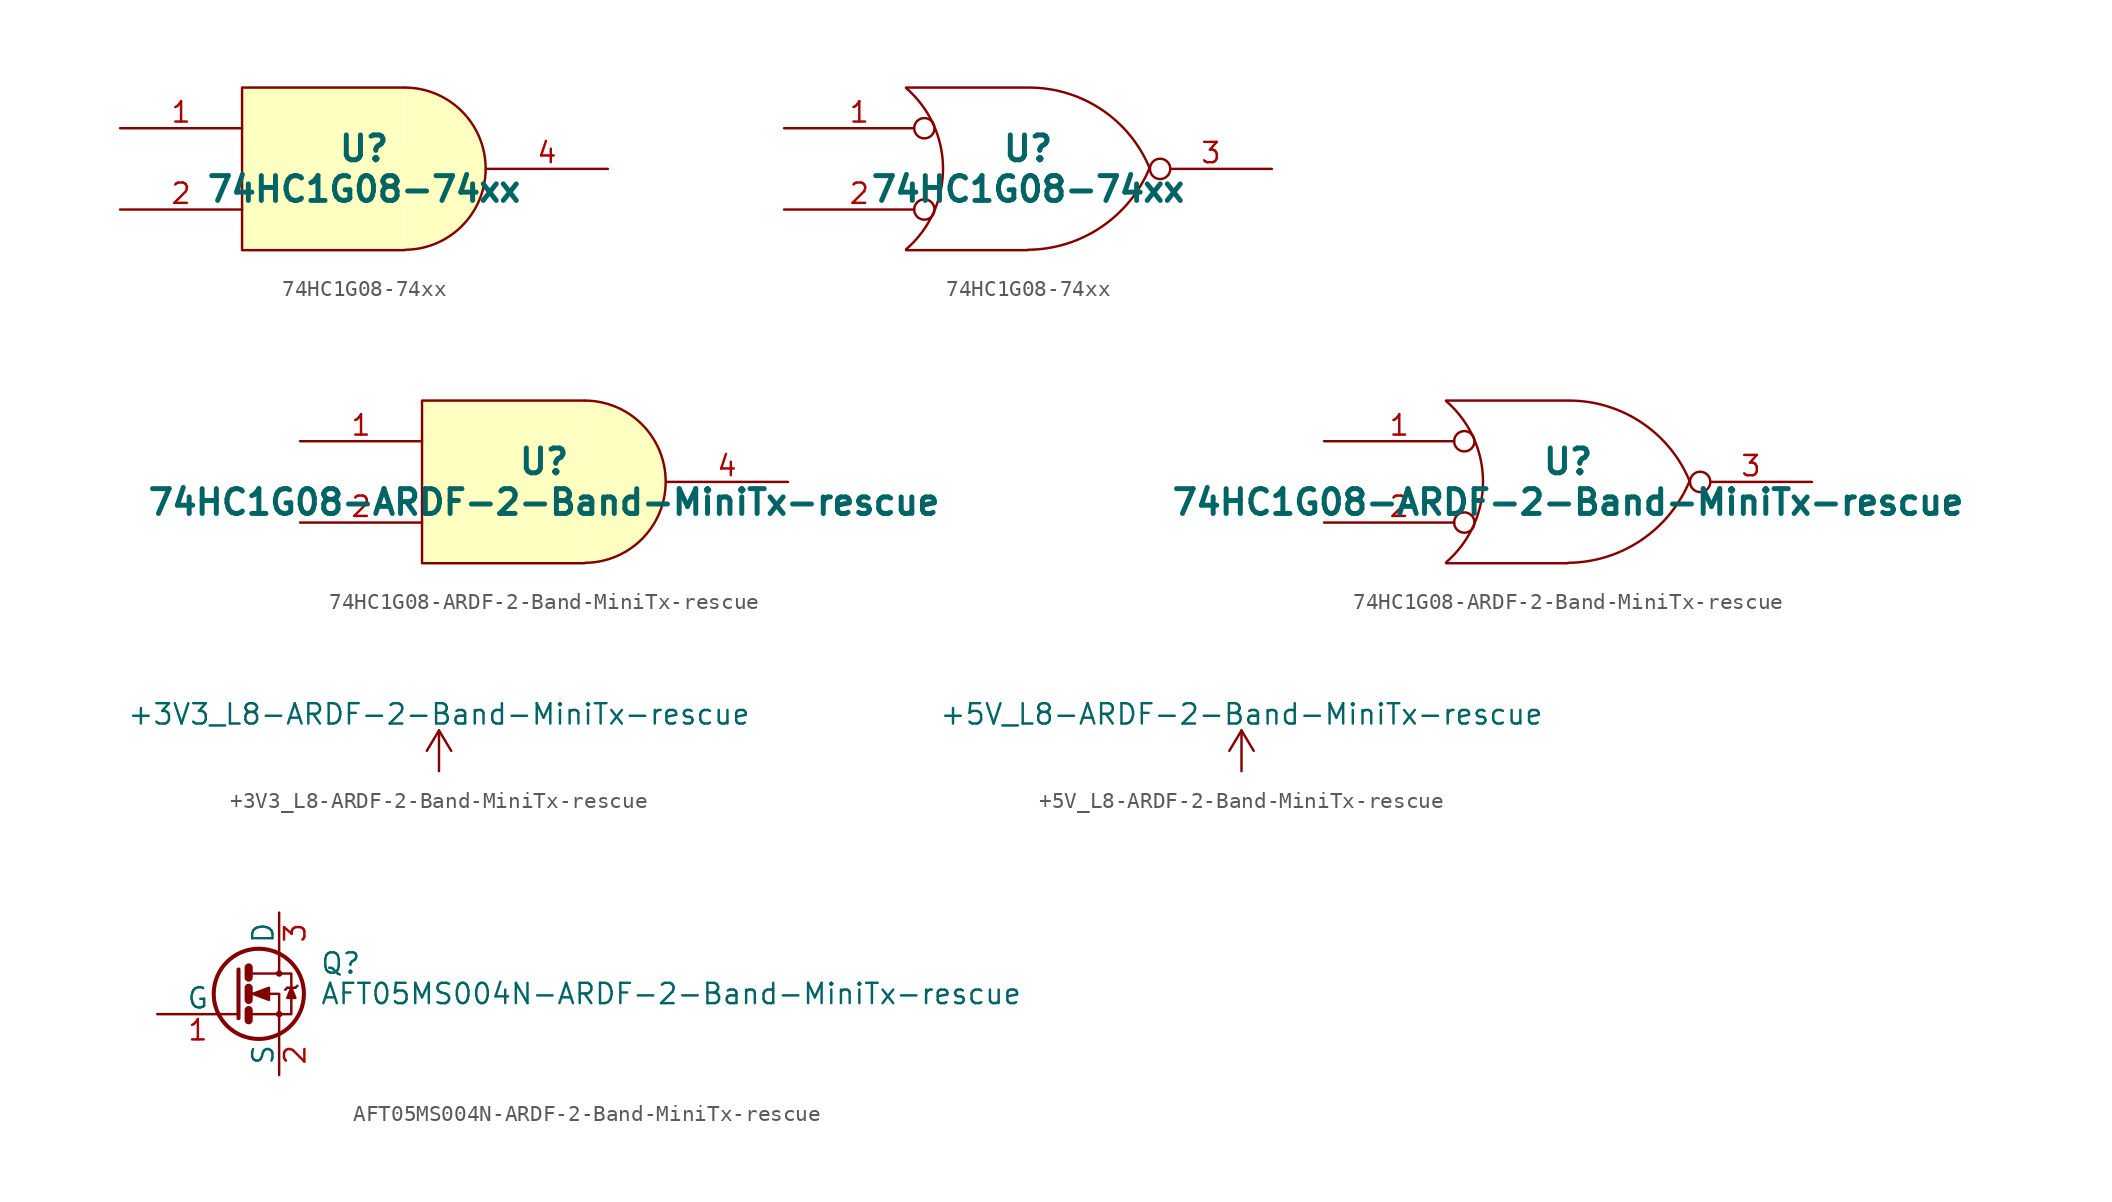
<source format=kicad_sym>
(kicad_symbol_lib
  (version 20211014)
  (generator kicad_symbol_editor)
  (symbol "74HC1G08-74xx"
    (pin_names
      (offset 0.762))
    (property "Reference" "U"
      (at 0 1.27 0)
      (effects (font (size 1.549 1.549) bold)))
    (property "Value" "74HC1G08-74xx"
      (at 0 -1.27 0)
      (effects (font (size 1.549 1.549) bold)))
    (symbol "74HC1G08-74xx_0_0"
      (pin power_in line (at -5.08 -5.08 90) (length 0) hide (name "GND" (effects (font (size 1.016 1.016)))) (number "3" (effects (font (size 1.016 1.016)))))
      (pin power_in line (at -5.08 5.08 90) (length 0) hide (name "VCC" (effects (font (size 1.016 1.016)))) (number "5" (effects (font (size 1.016 1.016))))))
    (symbol "74HC1G08-74xx_0_1"
      (polyline (pts (xy 2.54 5.08) (xy -7.62 5.08) (xy -7.62 -5.08) (xy 2.54 -5.08)) (stroke (width 0) (type default) (color 0 0 0 0)) (fill (type background)))
      (arc (start 2.5654 -5.0546) (mid 7.5947 0.0001) (end 2.5654 5.08) (stroke (width 0) (type default) (color 0 0 0 0)) (fill (type background))))
    (symbol "74HC1G08-74xx_0_2"
      (arc (start -7.62 -5.0292) (mid -5.3094 0.0082) (end -7.62 5.0546) (stroke (width 0) (type default) (color 0 0 0 0)) (fill (type none)))
      (arc (start 0 -5.0546) (mid 4.5632 -3.6449) (end 7.5946 0.0508) (stroke (width 0) (type default) (color 0 0 0 0)) (fill (type none)))
      (polyline (pts (xy -7.62 -5.08) (xy 0 -5.08)) (stroke (width 0) (type default) (color 0 0 0 0)) (fill (type none)))
      (polyline (pts (xy -7.62 5.08) (xy 0 5.08)) (stroke (width 0) (type default) (color 0 0 0 0)) (fill (type none)))
      (arc (start 7.62 0) (mid 4.6132 3.6946) (end 0.0508 5.08) (stroke (width 0) (type default) (color 0 0 0 0)) (fill (type none))))
    (symbol "74HC1G08-74xx_1_1"
      (pin input line (at -15.24 2.54 0) (length 7.62) (name "~" (effects (font (size 1.27 1.27)))) (number "1" (effects (font (size 1.27 1.27)))))
      (pin input line (at -15.24 -2.54 0) (length 7.62) (name "~" (effects (font (size 1.27 1.27)))) (number "2" (effects (font (size 1.27 1.27)))))
      (pin output line (at 15.24 0 180) (length 7.62) (name "~" (effects (font (size 1.27 1.27)))) (number "4" (effects (font (size 1.27 1.27))))))
    (symbol "74HC1G08-74xx_1_2"
      (pin input inverted (at -15.24 2.54 0) (length 9.398) (name "~" (effects (font (size 1.27 1.27)))) (number "1" (effects (font (size 1.27 1.27)))))
      (pin input inverted (at -15.24 -2.54 0) (length 9.398) (name "~" (effects (font (size 1.27 1.27)))) (number "2" (effects (font (size 1.27 1.27)))))
      (pin output inverted (at 15.24 0 180) (length 7.62) (name "~" (effects (font (size 1.27 1.27)))) (number "3" (effects (font (size 1.27 1.27)))))))
  (symbol "74HC1G08-ARDF-2-Band-MiniTx-rescue"
    (pin_names
      (offset 0.762))
    (property "Reference" "U"
      (at 0 1.27 0)
      (effects (font (size 1.549 1.549) bold)))
    (property "Value" "74HC1G08-ARDF-2-Band-MiniTx-rescue"
      (at 0 -1.27 0)
      (effects (font (size 1.549 1.549) bold)))
    (symbol "74HC1G08-ARDF-2-Band-MiniTx-rescue_0_0"
      (pin power_in line (at -5.08 -5.08 90) (length 0) hide (name "GND" (effects (font (size 1.016 1.016)))) (number "3" (effects (font (size 1.016 1.016)))))
      (pin power_in line (at -5.08 5.08 90) (length 0) hide (name "VCC" (effects (font (size 1.016 1.016)))) (number "5" (effects (font (size 1.016 1.016))))))
    (symbol "74HC1G08-ARDF-2-Band-MiniTx-rescue_0_1"
      (polyline (pts (xy 2.54 5.08) (xy -7.62 5.08) (xy -7.62 -5.08) (xy 2.54 -5.08)) (stroke (width 0) (type default) (color 0 0 0 0)) (fill (type background)))
      (arc (start 2.5654 -5.0546) (mid 7.5947 0.0001) (end 2.5654 5.08) (stroke (width 0) (type default) (color 0 0 0 0)) (fill (type background))))
    (symbol "74HC1G08-ARDF-2-Band-MiniTx-rescue_0_2"
      (arc (start -7.62 -5.0292) (mid -5.3094 0.0082) (end -7.62 5.0546) (stroke (width 0) (type default) (color 0 0 0 0)) (fill (type none)))
      (arc (start 0 -5.0546) (mid 4.5632 -3.6449) (end 7.5946 0.0508) (stroke (width 0) (type default) (color 0 0 0 0)) (fill (type none)))
      (polyline (pts (xy -7.62 -5.08) (xy 0 -5.08)) (stroke (width 0) (type default) (color 0 0 0 0)) (fill (type none)))
      (polyline (pts (xy -7.62 5.08) (xy 0 5.08)) (stroke (width 0) (type default) (color 0 0 0 0)) (fill (type none)))
      (arc (start 7.62 0) (mid 4.6132 3.6946) (end 0.0508 5.08) (stroke (width 0) (type default) (color 0 0 0 0)) (fill (type none))))
    (symbol "74HC1G08-ARDF-2-Band-MiniTx-rescue_1_1"
      (pin input line (at -15.24 2.54 0) (length 7.62) (name "~" (effects (font (size 1.27 1.27)))) (number "1" (effects (font (size 1.27 1.27)))))
      (pin input line (at -15.24 -2.54 0) (length 7.62) (name "~" (effects (font (size 1.27 1.27)))) (number "2" (effects (font (size 1.27 1.27)))))
      (pin output line (at 15.24 0 180) (length 7.62) (name "~" (effects (font (size 1.27 1.27)))) (number "4" (effects (font (size 1.27 1.27))))))
    (symbol "74HC1G08-ARDF-2-Band-MiniTx-rescue_1_2"
      (pin input inverted (at -15.24 2.54 0) (length 9.398) (name "~" (effects (font (size 1.27 1.27)))) (number "1" (effects (font (size 1.27 1.27)))))
      (pin input inverted (at -15.24 -2.54 0) (length 9.398) (name "~" (effects (font (size 1.27 1.27)))) (number "2" (effects (font (size 1.27 1.27)))))
      (pin output inverted (at 15.24 0 180) (length 7.62) (name "~" (effects (font (size 1.27 1.27)))) (number "3" (effects (font (size 1.27 1.27)))))))
  (symbol "+3V3_L8-ARDF-2-Band-MiniTx-rescue"
    (power)
    (pin_names
      (offset 0))
    (property "Reference" "#PWR"
      (at 0 -3.81 0)
      (effects (font (size 1.27 1.27)) hide))
    (property "Value" "+3V3_L8-ARDF-2-Band-MiniTx-rescue"
      (at 0 3.556 0)
      (effects (font (size 1.27 1.27))))
    (property "Footprint" ""
      (at 0 0 0)
      (effects (font (size 1.27 1.27))))
    (property "Datasheet" ""
      (at 0 0 0)
      (effects (font (size 1.27 1.27))))
    (symbol "+3V3_L8-ARDF-2-Band-MiniTx-rescue_0_1"
      (polyline (pts (xy -0.762 1.27) (xy 0 2.54)) (stroke (width 0) (type default) (color 0 0 0 0)) (fill (type none)))
      (polyline (pts (xy 0 0) (xy 0 2.54)) (stroke (width 0) (type default) (color 0 0 0 0)) (fill (type none)))
      (polyline (pts (xy 0 2.54) (xy 0.762 1.27)) (stroke (width 0) (type default) (color 0 0 0 0)) (fill (type none))))
    (symbol "+3V3_L8-ARDF-2-Band-MiniTx-rescue_1_1"
      (pin power_in line (at 0 0 90) (length 0) hide (name "+3V3_L8" (effects (font (size 1.27 1.27)))) (number "1" (effects (font (size 1.27 1.27)))))))
  (symbol "+5V_L8-ARDF-2-Band-MiniTx-rescue"
    (power)
    (pin_names
      (offset 0))
    (property "Reference" "#PWR"
      (at 0 -3.81 0)
      (effects (font (size 1.27 1.27)) hide))
    (property "Value" "+5V_L8-ARDF-2-Band-MiniTx-rescue"
      (at 0 3.556 0)
      (effects (font (size 1.27 1.27))))
    (property "Footprint" ""
      (at 0 0 0)
      (effects (font (size 1.27 1.27))))
    (property "Datasheet" ""
      (at 0 0 0)
      (effects (font (size 1.27 1.27))))
    (symbol "+5V_L8-ARDF-2-Band-MiniTx-rescue_0_1"
      (polyline (pts (xy -0.762 1.27) (xy 0 2.54)) (stroke (width 0) (type default) (color 0 0 0 0)) (fill (type none)))
      (polyline (pts (xy 0 0) (xy 0 2.54)) (stroke (width 0) (type default) (color 0 0 0 0)) (fill (type none)))
      (polyline (pts (xy 0 2.54) (xy 0.762 1.27)) (stroke (width 0) (type default) (color 0 0 0 0)) (fill (type none))))
    (symbol "+5V_L8-ARDF-2-Band-MiniTx-rescue_1_1"
      (pin power_in line (at 0 0 90) (length 0) hide (name "+5V_L8" (effects (font (size 1.27 1.27)))) (number "1" (effects (font (size 1.27 1.27)))))))
  (symbol "AFT05MS004N-ARDF-2-Band-MiniTx-rescue"
    (pin_names
      (offset 0))
    (property "Reference" "Q"
      (at 5.08 1.905 0)
      (effects (font (size 1.27 1.27)) (justify left)))
    (property "Value" "AFT05MS004N-ARDF-2-Band-MiniTx-rescue"
      (at 5.08 0 0)
      (effects (font (size 1.27 1.27)) (justify left)))
    (symbol "AFT05MS004N-ARDF-2-Band-MiniTx-rescue_0_1"
      (polyline (pts (xy 0.635 -1.016) (xy 0.635 -1.651)) (stroke (width 0.508) (type default) (color 0 0 0 0)) (fill (type none)))
      (polyline (pts (xy 0.635 0.381) (xy 0.635 -0.381)) (stroke (width 0.508) (type default) (color 0 0 0 0)) (fill (type none)))
      (polyline (pts (xy 0.635 1.651) (xy 0.635 1.016)) (stroke (width 0.508) (type default) (color 0 0 0 0)) (fill (type none)))
      (polyline (pts (xy 3.048 0.381) (xy 2.921 0.254)) (stroke (width 0) (type default) (color 0 0 0 0)) (fill (type none)))
      (polyline (pts (xy 3.048 0.381) (xy 3.556 0.381)) (stroke (width 0) (type default) (color 0 0 0 0)) (fill (type none)))
      (polyline (pts (xy 3.556 0.381) (xy 3.683 0.508)) (stroke (width 0) (type default) (color 0 0 0 0)) (fill (type none)))
      (polyline (pts (xy 0 1.524) (xy 0 -1.524) (xy 0 -1.524)) (stroke (width 0.254) (type default) (color 0 0 0 0)) (fill (type none)))
      (polyline (pts (xy 0.762 -1.27) (xy 2.54 -1.27) (xy 2.54 -2.54) (xy 2.54 -2.54)) (stroke (width 0) (type default) (color 0 0 0 0)) (fill (type none)))
      (polyline (pts (xy 0.762 1.27) (xy 2.54 1.27) (xy 2.54 2.54) (xy 2.54 2.54)) (stroke (width 0) (type default) (color 0 0 0 0)) (fill (type none)))
      (polyline (pts (xy 2.54 1.27) (xy 3.302 1.27) (xy 3.302 -1.27) (xy 2.54 -1.27)) (stroke (width 0) (type default) (color 0 0 0 0)) (fill (type none)))
      (polyline (pts (xy 3.302 0.381) (xy 3.048 -0.254) (xy 3.556 -0.254) (xy 3.302 0.381)) (stroke (width 0) (type default) (color 0 0 0 0)) (fill (type outline)))
      (polyline (pts (xy 0.762 0) (xy 1.27 0) (xy 2.54 0) (xy 2.54 -1.27) (xy 2.54 -1.27)) (stroke (width 0) (type default) (color 0 0 0 0)) (fill (type none)))
      (polyline (pts (xy 0.889 0) (xy 1.905 0.381) (xy 1.905 -0.381) (xy 0.889 0) (xy 1.016 0) (xy 1.016 0)) (stroke (width 0) (type default) (color 0 0 0 0)) (fill (type outline)))
      (circle (center 1.27 0) (radius 2.819) (stroke (width 0.254) (type default) (color 0 0 0 0)) (fill (type none)))
      (circle (center 2.54 -1.27) (radius 0.127) (stroke (width 0) (type default) (color 0 0 0 0)) (fill (type none)))
      (circle (center 2.54 1.27) (radius 0.127) (stroke (width 0) (type default) (color 0 0 0 0)) (fill (type none))))
    (symbol "AFT05MS004N-ARDF-2-Band-MiniTx-rescue_1_1"
      (pin input line (at -5.08 -1.27 0) (length 5.08) (name "G" (effects (font (size 1.27 1.27)))) (number "1" (effects (font (size 1.27 1.27)))))
      (pin passive line (at 2.54 -5.08 90) (length 2.54) (name "S" (effects (font (size 1.27 1.27)))) (number "2" (effects (font (size 1.27 1.27)))))
      (pin passive line (at 2.54 5.08 270) (length 2.54) (name "D" (effects (font (size 1.27 1.27)))) (number "3" (effects (font (size 1.27 1.27))))))))
</source>
